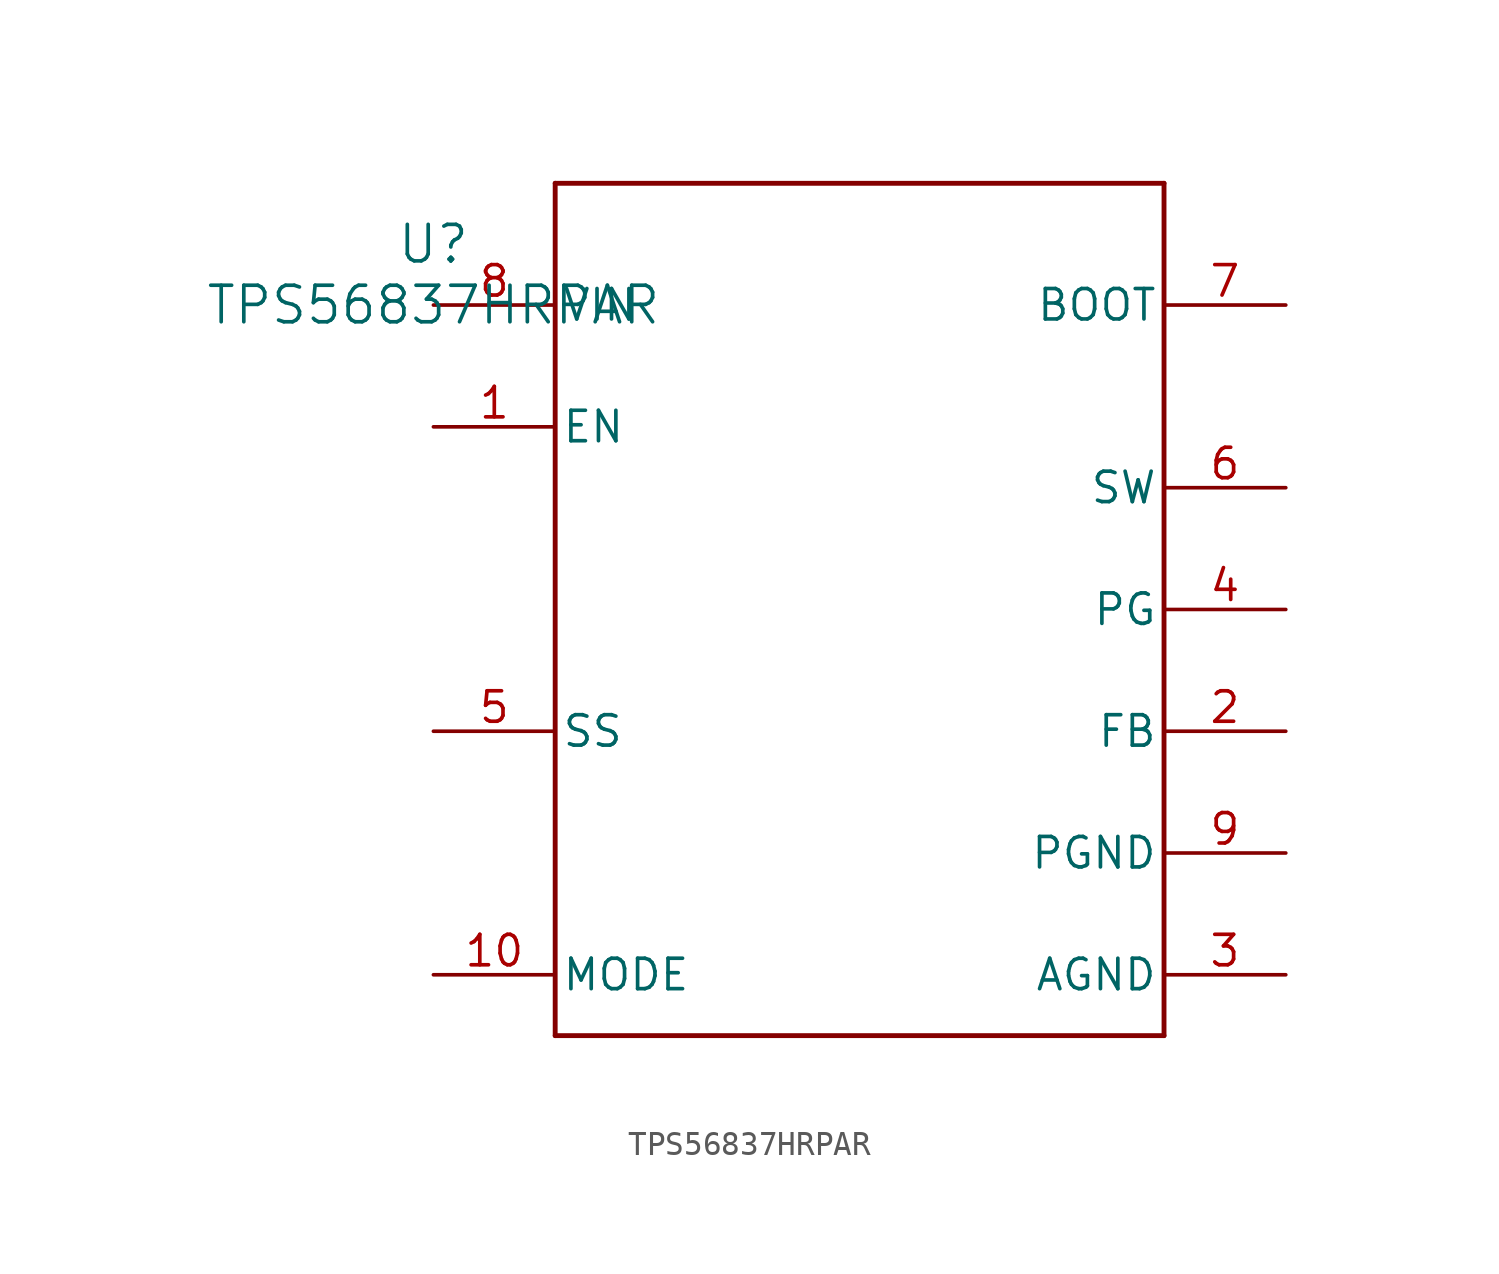
<source format=kicad_sym>
(kicad_symbol_lib
  (version 20211014)
  (generator kicad_symbol_editor)
  (symbol "TPS56837HRPAR"
    (pin_names
      (offset 0.254))
    (property "Reference" "U"
      (at 0 2.54 0)
      (effects (font (size 1.524 1.524))))
    (property "Value" "TPS56837HRPAR"
      (at 0 0 0)
      (effects (font (size 1.524 1.524))))
    (symbol "TPS56837HRPAR_0_1"
      (polyline (pts (xy 5.08 -30.48) (xy 30.48 -30.48)) (stroke (width 0.203) (type default) (color 0 0 0 0)) (fill (type none)))
      (polyline (pts (xy 30.48 -30.48) (xy 30.48 5.08)) (stroke (width 0.203) (type default) (color 0 0 0 0)) (fill (type none)))
      (polyline (pts (xy 30.48 5.08) (xy 5.08 5.08)) (stroke (width 0.203) (type default) (color 0 0 0 0)) (fill (type none)))
      (polyline (pts (xy 5.08 5.08) (xy 5.08 -30.48)) (stroke (width 0.203) (type default) (color 0 0 0 0)) (fill (type none)))
      (pin input line (at 0 -5.08 0) (length 5.08) (name "EN" (effects (font (size 1.27 1.27)))) (number "1" (effects (font (size 1.27 1.27)))))
      (pin unspecified line (at 35.56 -17.78 180) (length 5.08) (name "FB" (effects (font (size 1.27 1.27)))) (number "2" (effects (font (size 1.27 1.27)))))
      (pin power_in line (at 35.56 -27.94 180) (length 5.08) (name "AGND" (effects (font (size 1.27 1.27)))) (number "3" (effects (font (size 1.27 1.27)))))
      (pin open_collector line (at 35.56 -12.7 180) (length 5.08) (name "PG" (effects (font (size 1.27 1.27)))) (number "4" (effects (font (size 1.27 1.27)))))
      (pin unspecified line (at 0 -17.78 0) (length 5.08) (name "SS" (effects (font (size 1.27 1.27)))) (number "5" (effects (font (size 1.27 1.27)))))
      (pin unspecified line (at 35.56 -7.62 180) (length 5.08) (name "SW" (effects (font (size 1.27 1.27)))) (number "6" (effects (font (size 1.27 1.27)))))
      (pin unspecified line (at 35.56 0 180) (length 5.08) (name "BOOT" (effects (font (size 1.27 1.27)))) (number "7" (effects (font (size 1.27 1.27)))))
      (pin power_in line (at 0 0 0) (length 5.08) (name "VIN" (effects (font (size 1.27 1.27)))) (number "8" (effects (font (size 1.27 1.27)))))
      (pin power_in line (at 35.56 -22.86 180) (length 5.08) (name "PGND" (effects (font (size 1.27 1.27)))) (number "9" (effects (font (size 1.27 1.27)))))
      (pin unspecified line (at 0 -27.94 0) (length 5.08) (name "MODE" (effects (font (size 1.27 1.27)))) (number "10" (effects (font (size 1.27 1.27))))))))
</source>
